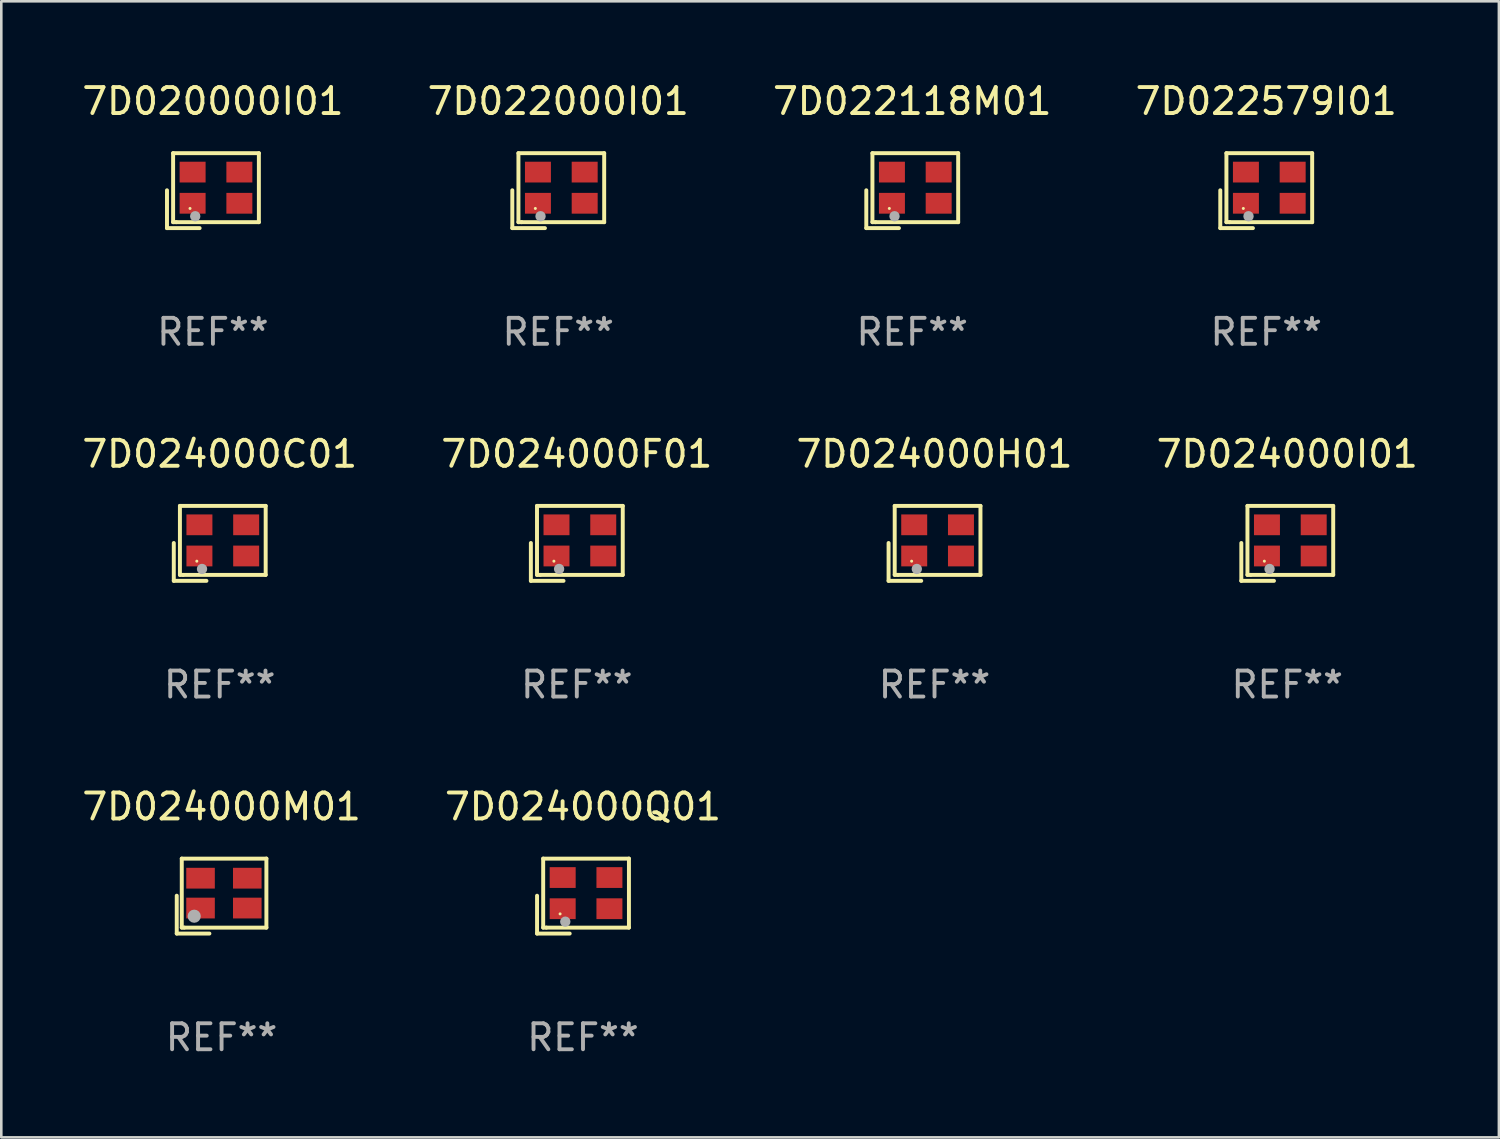
<source format=kicad_pcb>
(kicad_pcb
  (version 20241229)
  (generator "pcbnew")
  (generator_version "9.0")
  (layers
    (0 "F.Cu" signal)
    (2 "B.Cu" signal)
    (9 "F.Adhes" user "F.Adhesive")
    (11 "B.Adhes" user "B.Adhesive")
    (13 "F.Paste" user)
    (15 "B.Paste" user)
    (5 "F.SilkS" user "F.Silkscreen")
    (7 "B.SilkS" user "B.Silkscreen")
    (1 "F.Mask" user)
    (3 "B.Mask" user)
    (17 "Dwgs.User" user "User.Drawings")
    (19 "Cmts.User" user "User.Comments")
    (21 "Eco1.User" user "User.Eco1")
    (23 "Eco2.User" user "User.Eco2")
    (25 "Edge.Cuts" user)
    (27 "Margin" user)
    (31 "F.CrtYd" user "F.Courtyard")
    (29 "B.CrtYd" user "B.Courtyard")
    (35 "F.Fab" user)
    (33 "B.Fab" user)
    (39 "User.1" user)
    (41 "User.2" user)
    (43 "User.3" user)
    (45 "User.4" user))
  (footprint "7D024000I01"
    (layer "F.Cu")
    (at 46.518 17.873)
    (property "Reference" "7D024000I01" (at 0 -3.443 0) (layer "F.SilkS") (effects (font (size 1 1) (thickness 0.15))))
    (attr through_hole)
    (fp_line (start -1.769 -0.014) (end -1.769 1.443) (stroke (width 0.152) (type solid)) (layer "F.SilkS"))
    (fp_line (start -1.769 1.443) (end -0.512 1.443) (stroke (width 0.152) (type solid)) (layer "F.SilkS"))
    (fp_line (start -1.533 -1.443) (end 1.769 -1.443) (stroke (width 0.152) (type solid)) (layer "F.SilkS"))
    (fp_line (start -1.533 1.214) (end -1.533 -1.443) (stroke (width 0.152) (type solid)) (layer "F.SilkS"))
    (fp_line (start -1.411 1.214) (end -1.533 1.214) (stroke (width 0.152) (type solid)) (layer "F.SilkS"))
    (fp_line (start 1.769 -1.443) (end 1.769 1.214) (stroke (width 0.152) (type solid)) (layer "F.SilkS"))
    (fp_line (start 1.769 1.214) (end -1.411 1.214) (stroke (width 0.152) (type solid)) (layer "F.SilkS"))
    (fp_circle (center -0.882 0.686) (end -0.852 0.686) (stroke (width 0.06) (type solid)) (fill no) (layer "F.SilkS"))
    (fp_circle (center -0.682 0.986) (end -0.582 0.986) (stroke (width 0.2) (type solid)) (fill no) (layer "F.Fab"))
    (fp_text user "REF**" (at 0 5.443 0) (layer "F.Fab") (effects (font (size 1 1) (thickness 0.15))))
    (pad "1" smd rect (at -0.782 0.486 90) (size 0.8 1) (layers "F.Cu" "F.Mask" "F.Paste"))
    (pad "2" smd rect (at 1.018 0.486 90) (size 0.8 1) (layers "F.Cu" "F.Mask" "F.Paste"))
    (pad "3" smd rect (at 1.018 -0.714 90) (size 0.8 1) (layers "F.Cu" "F.Mask" "F.Paste"))
    (pad "4" smd rect (at -0.782 -0.714 90) (size 0.8 1) (layers "F.Cu" "F.Mask" "F.Paste")))
  (footprint "7D024000F01"
    (layer "F.Cu")
    (at 19.161 17.873)
    (property "Reference" "7D024000F01" (at 0 -3.443 0) (layer "F.SilkS") (effects (font (size 1 1) (thickness 0.15))))
    (attr through_hole)
    (fp_line (start -1.769 -0.014) (end -1.769 1.443) (stroke (width 0.152) (type solid)) (layer "F.SilkS"))
    (fp_line (start -1.769 1.443) (end -0.512 1.443) (stroke (width 0.152) (type solid)) (layer "F.SilkS"))
    (fp_line (start -1.533 -1.443) (end 1.769 -1.443) (stroke (width 0.152) (type solid)) (layer "F.SilkS"))
    (fp_line (start -1.533 1.214) (end -1.533 -1.443) (stroke (width 0.152) (type solid)) (layer "F.SilkS"))
    (fp_line (start -1.411 1.214) (end -1.533 1.214) (stroke (width 0.152) (type solid)) (layer "F.SilkS"))
    (fp_line (start 1.769 -1.443) (end 1.769 1.214) (stroke (width 0.152) (type solid)) (layer "F.SilkS"))
    (fp_line (start 1.769 1.214) (end -1.411 1.214) (stroke (width 0.152) (type solid)) (layer "F.SilkS"))
    (fp_circle (center -0.882 0.686) (end -0.852 0.686) (stroke (width 0.06) (type solid)) (fill no) (layer "F.SilkS"))
    (fp_circle (center -0.682 0.986) (end -0.582 0.986) (stroke (width 0.2) (type solid)) (fill no) (layer "F.Fab"))
    (fp_text user "REF**" (at 0 5.443 0) (layer "F.Fab") (effects (font (size 1 1) (thickness 0.15))))
    (pad "1" smd rect (at -0.782 0.486 90) (size 0.8 1) (layers "F.Cu" "F.Mask" "F.Paste"))
    (pad "2" smd rect (at 1.018 0.486 90) (size 0.8 1) (layers "F.Cu" "F.Mask" "F.Paste"))
    (pad "3" smd rect (at 1.018 -0.714 90) (size 0.8 1) (layers "F.Cu" "F.Mask" "F.Paste"))
    (pad "4" smd rect (at -0.782 -0.714 90) (size 0.8 1) (layers "F.Cu" "F.Mask" "F.Paste")))
  (footprint "7D022579I01"
    (layer "F.Cu")
    (at 45.708 4.291)
    (property "Reference" "7D022579I01" (at 0 -3.443 0) (layer "F.SilkS") (effects (font (size 1 1) (thickness 0.15))))
    (attr through_hole)
    (fp_line (start -1.769 -0.014) (end -1.769 1.443) (stroke (width 0.152) (type solid)) (layer "F.SilkS"))
    (fp_line (start -1.769 1.443) (end -0.512 1.443) (stroke (width 0.152) (type solid)) (layer "F.SilkS"))
    (fp_line (start -1.533 -1.443) (end 1.769 -1.443) (stroke (width 0.152) (type solid)) (layer "F.SilkS"))
    (fp_line (start -1.533 1.214) (end -1.533 -1.443) (stroke (width 0.152) (type solid)) (layer "F.SilkS"))
    (fp_line (start -1.411 1.214) (end -1.533 1.214) (stroke (width 0.152) (type solid)) (layer "F.SilkS"))
    (fp_line (start 1.769 -1.443) (end 1.769 1.214) (stroke (width 0.152) (type solid)) (layer "F.SilkS"))
    (fp_line (start 1.769 1.214) (end -1.411 1.214) (stroke (width 0.152) (type solid)) (layer "F.SilkS"))
    (fp_circle (center -0.882 0.686) (end -0.852 0.686) (stroke (width 0.06) (type solid)) (fill no) (layer "F.SilkS"))
    (fp_circle (center -0.682 0.986) (end -0.582 0.986) (stroke (width 0.2) (type solid)) (fill no) (layer "F.Fab"))
    (fp_text user "REF**" (at 0 5.443 0) (layer "F.Fab") (effects (font (size 1 1) (thickness 0.15))))
    (pad "1" smd rect (at -0.782 0.486 90) (size 0.8 1) (layers "F.Cu" "F.Mask" "F.Paste"))
    (pad "2" smd rect (at 1.018 0.486 90) (size 0.8 1) (layers "F.Cu" "F.Mask" "F.Paste"))
    (pad "3" smd rect (at 1.018 -0.714 90) (size 0.8 1) (layers "F.Cu" "F.Mask" "F.Paste"))
    (pad "4" smd rect (at -0.782 -0.714 90) (size 0.8 1) (layers "F.Cu" "F.Mask" "F.Paste")))
  (footprint "7D024000C01"
    (layer "F.Cu")
    (at 5.411 17.873)
    (property "Reference" "7D024000C01" (at 0 -3.443 0) (layer "F.SilkS") (effects (font (size 1 1) (thickness 0.15))))
    (attr through_hole)
    (fp_line (start -1.769 -0.014) (end -1.769 1.443) (stroke (width 0.152) (type solid)) (layer "F.SilkS"))
    (fp_line (start -1.769 1.443) (end -0.512 1.443) (stroke (width 0.152) (type solid)) (layer "F.SilkS"))
    (fp_line (start -1.533 -1.443) (end 1.769 -1.443) (stroke (width 0.152) (type solid)) (layer "F.SilkS"))
    (fp_line (start -1.533 1.214) (end -1.533 -1.443) (stroke (width 0.152) (type solid)) (layer "F.SilkS"))
    (fp_line (start -1.411 1.214) (end -1.533 1.214) (stroke (width 0.152) (type solid)) (layer "F.SilkS"))
    (fp_line (start 1.769 -1.443) (end 1.769 1.214) (stroke (width 0.152) (type solid)) (layer "F.SilkS"))
    (fp_line (start 1.769 1.214) (end -1.411 1.214) (stroke (width 0.152) (type solid)) (layer "F.SilkS"))
    (fp_circle (center -0.882 0.686) (end -0.852 0.686) (stroke (width 0.06) (type solid)) (fill no) (layer "F.SilkS"))
    (fp_circle (center -0.682 0.986) (end -0.582 0.986) (stroke (width 0.2) (type solid)) (fill no) (layer "F.Fab"))
    (fp_text user "REF**" (at 0 5.443 0) (layer "F.Fab") (effects (font (size 1 1) (thickness 0.15))))
    (pad "1" smd rect (at -0.782 0.486 90) (size 0.8 1) (layers "F.Cu" "F.Mask" "F.Paste"))
    (pad "2" smd rect (at 1.018 0.486 90) (size 0.8 1) (layers "F.Cu" "F.Mask" "F.Paste"))
    (pad "3" smd rect (at 1.018 -0.714 90) (size 0.8 1) (layers "F.Cu" "F.Mask" "F.Paste"))
    (pad "4" smd rect (at -0.782 -0.714 90) (size 0.8 1) (layers "F.Cu" "F.Mask" "F.Paste")))
  (footprint "7D024000H01"
    (layer "F.Cu")
    (at 32.935 17.873)
    (property "Reference" "7D024000H01" (at 0 -3.443 0) (layer "F.SilkS") (effects (font (size 1 1) (thickness 0.15))))
    (attr through_hole)
    (fp_line (start -1.769 -0.014) (end -1.769 1.443) (stroke (width 0.152) (type solid)) (layer "F.SilkS"))
    (fp_line (start -1.769 1.443) (end -0.512 1.443) (stroke (width 0.152) (type solid)) (layer "F.SilkS"))
    (fp_line (start -1.533 -1.443) (end 1.769 -1.443) (stroke (width 0.152) (type solid)) (layer "F.SilkS"))
    (fp_line (start -1.533 1.214) (end -1.533 -1.443) (stroke (width 0.152) (type solid)) (layer "F.SilkS"))
    (fp_line (start -1.411 1.214) (end -1.533 1.214) (stroke (width 0.152) (type solid)) (layer "F.SilkS"))
    (fp_line (start 1.769 -1.443) (end 1.769 1.214) (stroke (width 0.152) (type solid)) (layer "F.SilkS"))
    (fp_line (start 1.769 1.214) (end -1.411 1.214) (stroke (width 0.152) (type solid)) (layer "F.SilkS"))
    (fp_circle (center -0.882 0.686) (end -0.852 0.686) (stroke (width 0.06) (type solid)) (fill no) (layer "F.SilkS"))
    (fp_circle (center -0.682 0.986) (end -0.582 0.986) (stroke (width 0.2) (type solid)) (fill no) (layer "F.Fab"))
    (fp_text user "REF**" (at 0 5.443 0) (layer "F.Fab") (effects (font (size 1 1) (thickness 0.15))))
    (pad "1" smd rect (at -0.782 0.486 90) (size 0.8 1) (layers "F.Cu" "F.Mask" "F.Paste"))
    (pad "2" smd rect (at 1.018 0.486 90) (size 0.8 1) (layers "F.Cu" "F.Mask" "F.Paste"))
    (pad "3" smd rect (at 1.018 -0.714 90) (size 0.8 1) (layers "F.Cu" "F.Mask" "F.Paste"))
    (pad "4" smd rect (at -0.782 -0.714 90) (size 0.8 1) (layers "F.Cu" "F.Mask" "F.Paste")))
  (footprint "7D022000I01"
    (layer "F.Cu")
    (at 18.446 4.291)
    (property "Reference" "7D022000I01" (at 0 -3.443 0) (layer "F.SilkS") (effects (font (size 1 1) (thickness 0.15))))
    (attr through_hole)
    (fp_line (start -1.769 -0.014) (end -1.769 1.443) (stroke (width 0.152) (type solid)) (layer "F.SilkS"))
    (fp_line (start -1.769 1.443) (end -0.512 1.443) (stroke (width 0.152) (type solid)) (layer "F.SilkS"))
    (fp_line (start -1.533 -1.443) (end 1.769 -1.443) (stroke (width 0.152) (type solid)) (layer "F.SilkS"))
    (fp_line (start -1.533 1.214) (end -1.533 -1.443) (stroke (width 0.152) (type solid)) (layer "F.SilkS"))
    (fp_line (start -1.411 1.214) (end -1.533 1.214) (stroke (width 0.152) (type solid)) (layer "F.SilkS"))
    (fp_line (start 1.769 -1.443) (end 1.769 1.214) (stroke (width 0.152) (type solid)) (layer "F.SilkS"))
    (fp_line (start 1.769 1.214) (end -1.411 1.214) (stroke (width 0.152) (type solid)) (layer "F.SilkS"))
    (fp_circle (center -0.882 0.686) (end -0.852 0.686) (stroke (width 0.06) (type solid)) (fill no) (layer "F.SilkS"))
    (fp_circle (center -0.682 0.986) (end -0.582 0.986) (stroke (width 0.2) (type solid)) (fill no) (layer "F.Fab"))
    (fp_text user "REF**" (at 0 5.443 0) (layer "F.Fab") (effects (font (size 1 1) (thickness 0.15))))
    (pad "1" smd rect (at -0.782 0.486 90) (size 0.8 1) (layers "F.Cu" "F.Mask" "F.Paste"))
    (pad "2" smd rect (at 1.018 0.486 90) (size 0.8 1) (layers "F.Cu" "F.Mask" "F.Paste"))
    (pad "3" smd rect (at 1.018 -0.714 90) (size 0.8 1) (layers "F.Cu" "F.Mask" "F.Paste"))
    (pad "4" smd rect (at -0.782 -0.714 90) (size 0.8 1) (layers "F.Cu" "F.Mask" "F.Paste")))
  (footprint "7D024000Q01"
    (layer "F.Cu")
    (at 19.399 31.455)
    (property "Reference" "7D024000Q01" (at 0 -3.443 0) (layer "F.SilkS") (effects (font (size 1 1) (thickness 0.15))))
    (attr through_hole)
    (fp_line (start -1.769 -0.014) (end -1.769 1.443) (stroke (width 0.152) (type solid)) (layer "F.SilkS"))
    (fp_line (start -1.769 1.443) (end -0.512 1.443) (stroke (width 0.152) (type solid)) (layer "F.SilkS"))
    (fp_line (start -1.533 -1.443) (end 1.769 -1.443) (stroke (width 0.152) (type solid)) (layer "F.SilkS"))
    (fp_line (start -1.533 1.214) (end -1.533 -1.443) (stroke (width 0.152) (type solid)) (layer "F.SilkS"))
    (fp_line (start -1.411 1.214) (end -1.533 1.214) (stroke (width 0.152) (type solid)) (layer "F.SilkS"))
    (fp_line (start 1.769 -1.443) (end 1.769 1.214) (stroke (width 0.152) (type solid)) (layer "F.SilkS"))
    (fp_line (start 1.769 1.214) (end -1.411 1.214) (stroke (width 0.152) (type solid)) (layer "F.SilkS"))
    (fp_circle (center -0.882 0.686) (end -0.852 0.686) (stroke (width 0.06) (type solid)) (fill no) (layer "F.SilkS"))
    (fp_circle (center -0.682 0.986) (end -0.582 0.986) (stroke (width 0.2) (type solid)) (fill no) (layer "F.Fab"))
    (fp_text user "REF**" (at 0 5.443 0) (layer "F.Fab") (effects (font (size 1 1) (thickness 0.15))))
    (pad "1" smd rect (at -0.782 0.486 90) (size 0.8 1) (layers "F.Cu" "F.Mask" "F.Paste"))
    (pad "2" smd rect (at 1.018 0.486 90) (size 0.8 1) (layers "F.Cu" "F.Mask" "F.Paste"))
    (pad "3" smd rect (at 1.018 -0.714 90) (size 0.8 1) (layers "F.Cu" "F.Mask" "F.Paste"))
    (pad "4" smd rect (at -0.782 -0.714 90) (size 0.8 1) (layers "F.Cu" "F.Mask" "F.Paste")))
  (footprint "7D020000I01"
    (layer "F.Cu")
    (at 5.149 4.291)
    (property "Reference" "7D020000I01" (at 0 -3.443 0) (layer "F.SilkS") (effects (font (size 1 1) (thickness 0.15))))
    (attr through_hole)
    (fp_line (start -1.769 -0.014) (end -1.769 1.443) (stroke (width 0.152) (type solid)) (layer "F.SilkS"))
    (fp_line (start -1.769 1.443) (end -0.512 1.443) (stroke (width 0.152) (type solid)) (layer "F.SilkS"))
    (fp_line (start -1.533 -1.443) (end 1.769 -1.443) (stroke (width 0.152) (type solid)) (layer "F.SilkS"))
    (fp_line (start -1.533 1.214) (end -1.533 -1.443) (stroke (width 0.152) (type solid)) (layer "F.SilkS"))
    (fp_line (start -1.411 1.214) (end -1.533 1.214) (stroke (width 0.152) (type solid)) (layer "F.SilkS"))
    (fp_line (start 1.769 -1.443) (end 1.769 1.214) (stroke (width 0.152) (type solid)) (layer "F.SilkS"))
    (fp_line (start 1.769 1.214) (end -1.411 1.214) (stroke (width 0.152) (type solid)) (layer "F.SilkS"))
    (fp_circle (center -0.882 0.686) (end -0.852 0.686) (stroke (width 0.06) (type solid)) (fill no) (layer "F.SilkS"))
    (fp_circle (center -0.682 0.986) (end -0.582 0.986) (stroke (width 0.2) (type solid)) (fill no) (layer "F.Fab"))
    (fp_text user "REF**" (at 0 5.443 0) (layer "F.Fab") (effects (font (size 1 1) (thickness 0.15))))
    (pad "1" smd rect (at -0.782 0.486 90) (size 0.8 1) (layers "F.Cu" "F.Mask" "F.Paste"))
    (pad "2" smd rect (at 1.018 0.486 90) (size 0.8 1) (layers "F.Cu" "F.Mask" "F.Paste"))
    (pad "3" smd rect (at 1.018 -0.714 90) (size 0.8 1) (layers "F.Cu" "F.Mask" "F.Paste"))
    (pad "4" smd rect (at -0.782 -0.714 90) (size 0.8 1) (layers "F.Cu" "F.Mask" "F.Paste")))
  (footprint "7D022118M01"
    (layer "F.Cu")
    (at 32.077 4.291)
    (property "Reference" "7D022118M01" (at 0 -3.443 0) (layer "F.SilkS") (effects (font (size 1 1) (thickness 0.15))))
    (attr through_hole)
    (fp_line (start -1.769 -0.014) (end -1.769 1.443) (stroke (width 0.152) (type solid)) (layer "F.SilkS"))
    (fp_line (start -1.769 1.443) (end -0.512 1.443) (stroke (width 0.152) (type solid)) (layer "F.SilkS"))
    (fp_line (start -1.533 -1.443) (end 1.769 -1.443) (stroke (width 0.152) (type solid)) (layer "F.SilkS"))
    (fp_line (start -1.533 1.214) (end -1.533 -1.443) (stroke (width 0.152) (type solid)) (layer "F.SilkS"))
    (fp_line (start -1.411 1.214) (end -1.533 1.214) (stroke (width 0.152) (type solid)) (layer "F.SilkS"))
    (fp_line (start 1.769 -1.443) (end 1.769 1.214) (stroke (width 0.152) (type solid)) (layer "F.SilkS"))
    (fp_line (start 1.769 1.214) (end -1.411 1.214) (stroke (width 0.152) (type solid)) (layer "F.SilkS"))
    (fp_circle (center -0.882 0.686) (end -0.852 0.686) (stroke (width 0.06) (type solid)) (fill no) (layer "F.SilkS"))
    (fp_circle (center -0.682 0.986) (end -0.582 0.986) (stroke (width 0.2) (type solid)) (fill no) (layer "F.Fab"))
    (fp_text user "REF**" (at 0 5.443 0) (layer "F.Fab") (effects (font (size 1 1) (thickness 0.15))))
    (pad "1" smd rect (at -0.782 0.486 90) (size 0.8 1) (layers "F.Cu" "F.Mask" "F.Paste"))
    (pad "2" smd rect (at 1.018 0.486 90) (size 0.8 1) (layers "F.Cu" "F.Mask" "F.Paste"))
    (pad "3" smd rect (at 1.018 -0.714 90) (size 0.8 1) (layers "F.Cu" "F.Mask" "F.Paste"))
    (pad "4" smd rect (at -0.782 -0.714 90) (size 0.8 1) (layers "F.Cu" "F.Mask" "F.Paste")))
  (footprint "7D024000M01"
    (layer "F.Cu")
    (at 5.482 31.455)
    (property "Reference" "7D024000M01" (at 0 -3.443 0) (layer "F.SilkS") (effects (font (size 1 1) (thickness 0.15))))
    (attr through_hole)
    (fp_line (start -1.726 -0.015) (end -1.726 1.443) (stroke (width 0.152) (type solid)) (layer "F.SilkS"))
    (fp_line (start -1.726 1.443) (end -0.469 1.443) (stroke (width 0.152) (type solid)) (layer "F.SilkS"))
    (fp_line (start -1.533 -1.443) (end 1.726 -1.443) (stroke (width 0.152) (type solid)) (layer "F.SilkS"))
    (fp_line (start -1.533 1.214) (end -1.533 -1.443) (stroke (width 0.152) (type solid)) (layer "F.SilkS"))
    (fp_line (start -1.439 1.214) (end -1.533 1.214) (stroke (width 0.152) (type solid)) (layer "F.SilkS"))
    (fp_line (start 1.726 -1.443) (end 1.726 1.214) (stroke (width 0.152) (type solid)) (layer "F.SilkS"))
    (fp_line (start 1.726 1.214) (end -1.439 1.214) (stroke (width 0.152) (type solid)) (layer "F.SilkS"))
    (fp_circle (center -0.91 0.686) (end -0.88 0.686) (stroke (width 0.06) (type solid)) (fill no) (layer "F.SilkS"))
    (fp_circle (center -1.053 0.775) (end -0.926 0.775) (stroke (width 0.254) (type solid)) (fill no) (layer "F.Fab"))
    (fp_text user "REF**" (at 0 5.443 0) (layer "F.Fab") (effects (font (size 1 1) (thickness 0.15))))
    (pad "1" smd rect (at -0.81 0.461) (size 1.1 0.8) (layers "F.Cu" "F.Mask" "F.Paste"))
    (pad "2" smd rect (at 0.99 0.461) (size 1.1 0.8) (layers "F.Cu" "F.Mask" "F.Paste"))
    (pad "3" smd rect (at 0.99 -0.689) (size 1.1 0.8) (layers "F.Cu" "F.Mask" "F.Paste"))
    (pad "4" smd rect (at -0.81 -0.689) (size 1.1 0.8) (layers "F.Cu" "F.Mask" "F.Paste")))
  (gr_rect
    (start -3 -3)
    (end 54.667 40.746)
    (stroke (width 0.1) (type default))
    (fill no)
    (layer "Edge.Cuts")))
</source>
